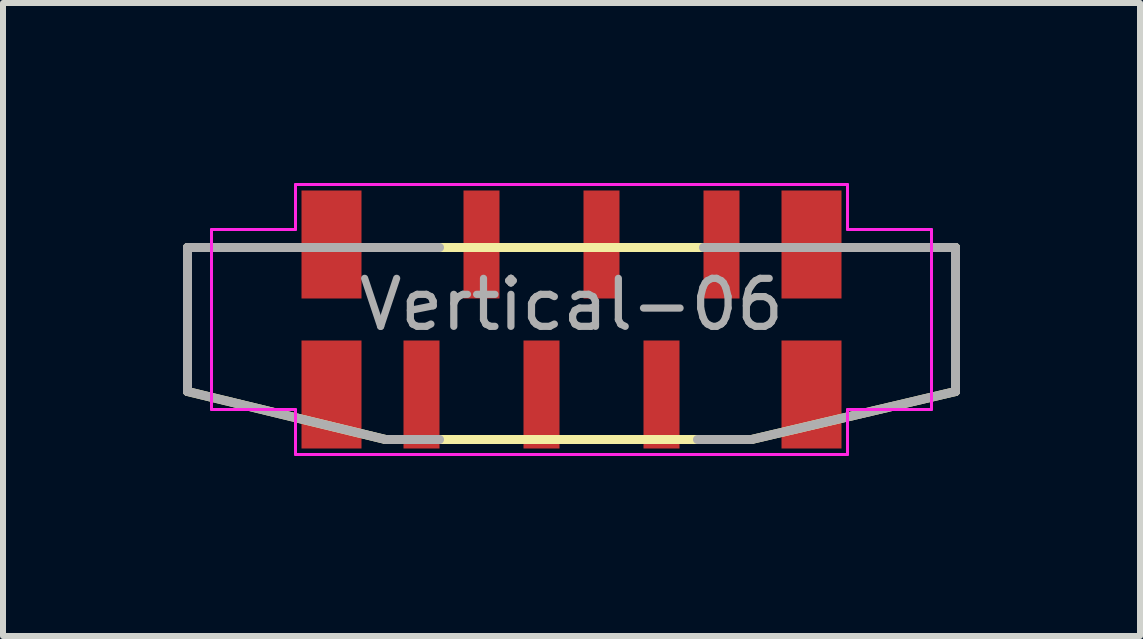
<source format=kicad_pcb>
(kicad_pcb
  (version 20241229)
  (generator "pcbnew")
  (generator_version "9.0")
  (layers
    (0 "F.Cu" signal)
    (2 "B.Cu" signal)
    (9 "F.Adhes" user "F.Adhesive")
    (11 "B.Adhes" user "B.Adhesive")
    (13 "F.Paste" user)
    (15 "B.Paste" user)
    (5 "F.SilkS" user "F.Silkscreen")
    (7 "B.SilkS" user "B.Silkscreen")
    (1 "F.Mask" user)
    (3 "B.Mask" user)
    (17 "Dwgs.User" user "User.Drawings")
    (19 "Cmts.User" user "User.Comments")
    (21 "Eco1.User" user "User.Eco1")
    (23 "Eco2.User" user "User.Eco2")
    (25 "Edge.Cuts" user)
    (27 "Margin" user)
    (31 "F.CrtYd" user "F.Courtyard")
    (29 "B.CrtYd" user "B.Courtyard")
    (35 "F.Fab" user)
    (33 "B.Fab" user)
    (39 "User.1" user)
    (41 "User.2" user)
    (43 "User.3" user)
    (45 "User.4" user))
  (footprint "Vertical-06"
    (layer "F.Cu")
    (at 6.475 2.275)
    (property "Reference" "Vertical-06" (at 0 -0.25 0) (layer "F.Fab") (effects (font (size 0.8 0.8) (thickness 0.12))))
    (attr through_hole)
    (fp_line (start -6.4 1.2) (end -6.4 -1.2) (stroke (width 0.15) (type solid)) (layer "F.SilkS"))
    (fp_line (start -6.4 1.2) (end -3.1 2) (stroke (width 0.15) (type solid)) (layer "F.SilkS"))
    (fp_line (start 3 2) (end -3.1 2) (stroke (width 0.15) (type solid)) (layer "F.SilkS"))
    (fp_line (start 3 2) (end 6.4 1.2) (stroke (width 0.15) (type solid)) (layer "F.SilkS"))
    (fp_line (start 6.4 -1.2) (end -6.4 -1.2) (stroke (width 0.15) (type solid)) (layer "F.SilkS"))
    (fp_line (start 6.4 1.2) (end 6.4 -1.2) (stroke (width 0.15) (type solid)) (layer "F.SilkS"))
    (fp_line (start -6 -1.5) (end -6 1.5) (stroke (width 0.05) (type solid)) (layer "F.CrtYd"))
    (fp_line (start -6 -1.5) (end -4.6 -1.5) (stroke (width 0.05) (type solid)) (layer "F.CrtYd"))
    (fp_line (start -6 1.5) (end -4.6 1.5) (stroke (width 0.05) (type solid)) (layer "F.CrtYd"))
    (fp_line (start -4.6 -1.5) (end -4.6 -2.25) (stroke (width 0.05) (type solid)) (layer "F.CrtYd"))
    (fp_line (start -4.6 2.25) (end -4.6 1.5) (stroke (width 0.05) (type solid)) (layer "F.CrtYd"))
    (fp_line (start 4.6 -2.25) (end -4.6 -2.25) (stroke (width 0.05) (type solid)) (layer "F.CrtYd"))
    (fp_line (start 4.6 -1.5) (end 4.6 -2.25) (stroke (width 0.05) (type solid)) (layer "F.CrtYd"))
    (fp_line (start 4.6 -1.5) (end 6 -1.5) (stroke (width 0.05) (type solid)) (layer "F.CrtYd"))
    (fp_line (start 4.6 1.5) (end 6 1.5) (stroke (width 0.05) (type solid)) (layer "F.CrtYd"))
    (fp_line (start 4.6 2.25) (end -4.6 2.25) (stroke (width 0.05) (type solid)) (layer "F.CrtYd"))
    (fp_line (start 4.6 2.25) (end 4.6 1.5) (stroke (width 0.05) (type solid)) (layer "F.CrtYd"))
    (fp_line (start 6 -1.5) (end 6 1.5) (stroke (width 0.05) (type solid)) (layer "F.CrtYd"))
    (fp_line (start -6.4 -1.2) (end -6.4 1.2) (stroke (width 0.15) (type solid)) (layer "F.Fab"))
    (fp_line (start -6.4 -1.2) (end -2.2 -1.2) (stroke (width 0.15) (type solid)) (layer "F.Fab"))
    (fp_line (start -6.4 1.2) (end -3.1 2) (stroke (width 0.15) (type solid)) (layer "F.Fab"))
    (fp_line (start -3.1 2) (end -2.2 2) (stroke (width 0.15) (type solid)) (layer "F.Fab"))
    (fp_line (start 2.1 2) (end 3 2) (stroke (width 0.15) (type solid)) (layer "F.Fab"))
    (fp_line (start 2.2 -1.2) (end 6.4 -1.2) (stroke (width 0.15) (type solid)) (layer "F.Fab"))
    (fp_line (start 6.4 -1.2) (end 6.4 1.2) (stroke (width 0.15) (type solid)) (layer "F.Fab"))
    (fp_line (start 6.4 1.2) (end 3 2) (stroke (width 0.15) (type solid)) (layer "F.Fab"))
    (pad "0" smd rect (at -4 -1.25) (size 1 1.8) (layers "F.Cu" "F.Mask" "F.Paste"))
    (pad "0" smd rect (at -4 1.25) (size 1 1.8) (layers "F.Cu" "F.Mask" "F.Paste"))
    (pad "0" smd rect (at 4 -1.25) (size 1 1.8) (layers "F.Cu" "F.Mask" "F.Paste"))
    (pad "0" smd rect (at 4 1.25) (size 1 1.8) (layers "F.Cu" "F.Mask" "F.Paste"))
    (pad "1" smd rect (at -2.5 1.25) (size 0.6 1.8) (layers "F.Cu" "F.Mask" "F.Paste"))
    (pad "2" smd rect (at -1.5 -1.25) (size 0.6 1.8) (layers "F.Cu" "F.Mask" "F.Paste"))
    (pad "3" smd rect (at -0.5 1.25) (size 0.6 1.8) (layers "F.Cu" "F.Mask" "F.Paste"))
    (pad "4" smd rect (at 0.5 -1.25) (size 0.6 1.8) (layers "F.Cu" "F.Mask" "F.Paste"))
    (pad "5" smd rect (at 1.5 1.25) (size 0.6 1.8) (layers "F.Cu" "F.Mask" "F.Paste"))
    (pad "6" smd rect (at 2.5 -1.25) (size 0.6 1.8) (layers "F.Cu" "F.Mask" "F.Paste")))
  (gr_rect
    (start -3 -3)
    (end 15.95 7.55)
    (stroke (width 0.1) (type default))
    (fill no)
    (layer "Edge.Cuts")))
</source>
